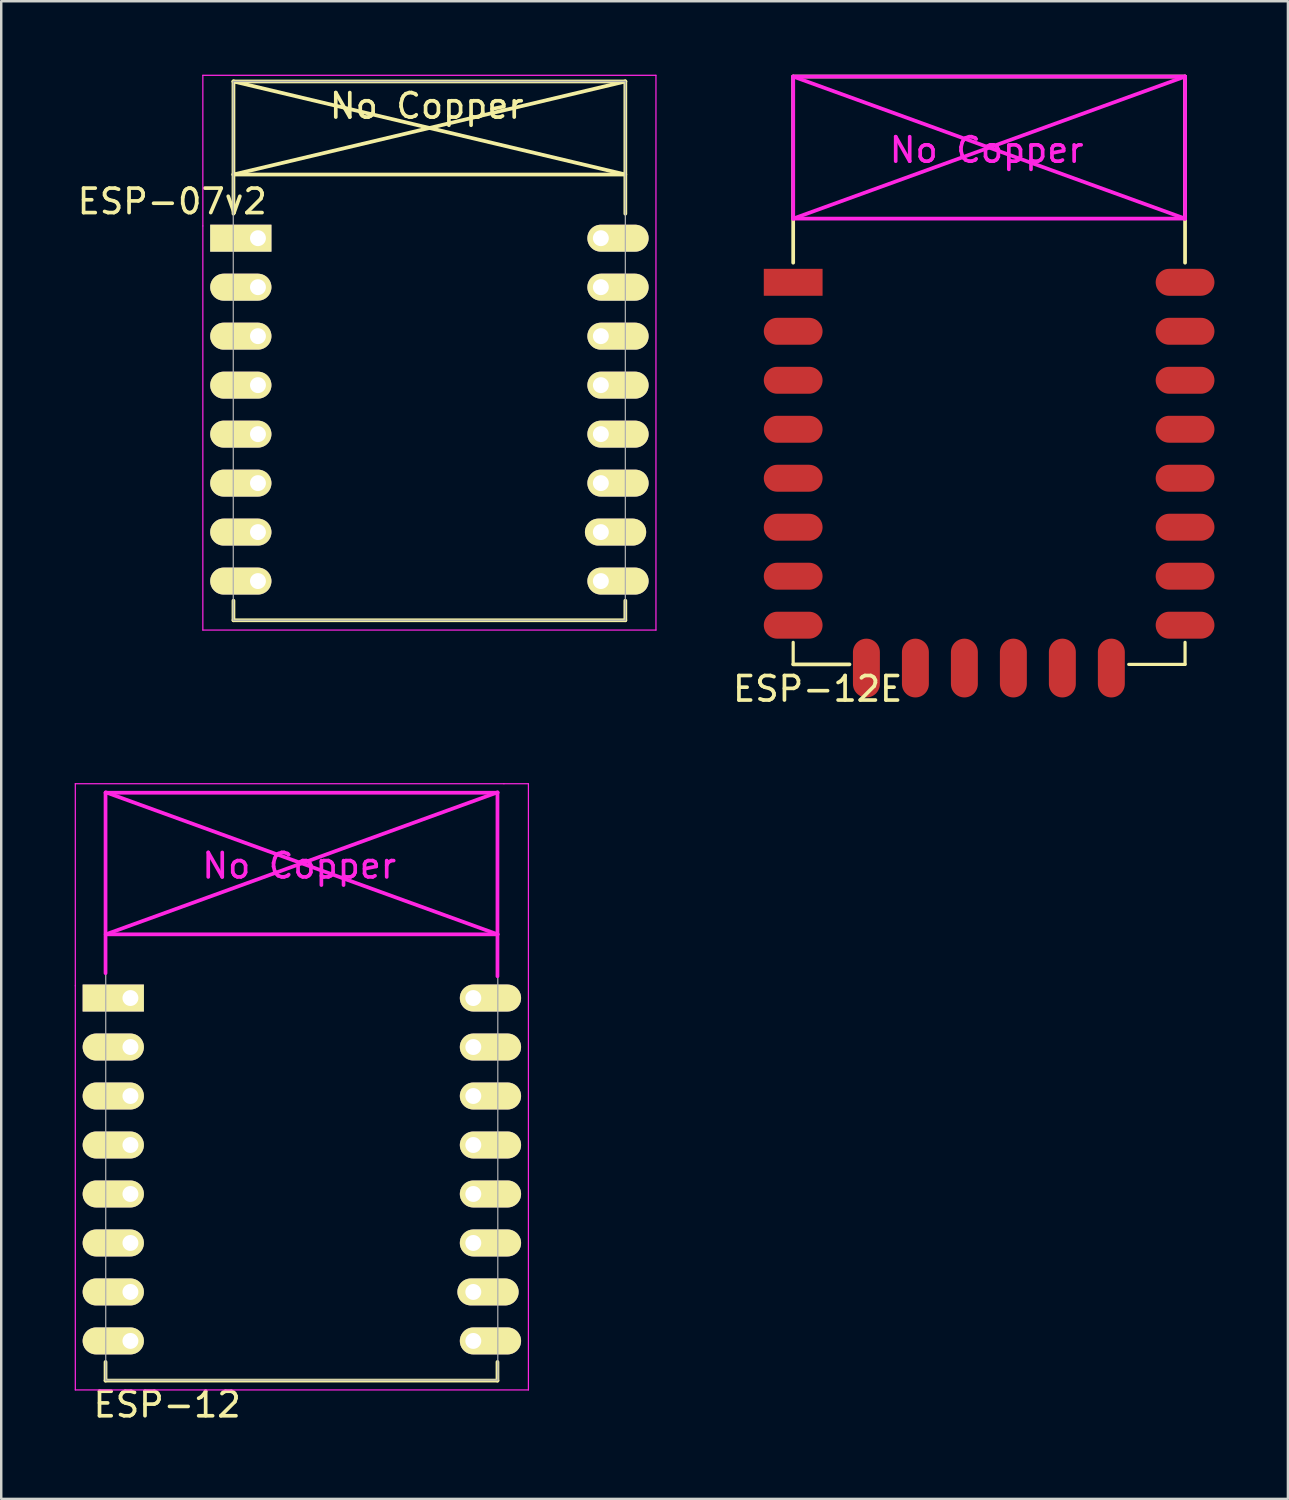
<source format=kicad_pcb>
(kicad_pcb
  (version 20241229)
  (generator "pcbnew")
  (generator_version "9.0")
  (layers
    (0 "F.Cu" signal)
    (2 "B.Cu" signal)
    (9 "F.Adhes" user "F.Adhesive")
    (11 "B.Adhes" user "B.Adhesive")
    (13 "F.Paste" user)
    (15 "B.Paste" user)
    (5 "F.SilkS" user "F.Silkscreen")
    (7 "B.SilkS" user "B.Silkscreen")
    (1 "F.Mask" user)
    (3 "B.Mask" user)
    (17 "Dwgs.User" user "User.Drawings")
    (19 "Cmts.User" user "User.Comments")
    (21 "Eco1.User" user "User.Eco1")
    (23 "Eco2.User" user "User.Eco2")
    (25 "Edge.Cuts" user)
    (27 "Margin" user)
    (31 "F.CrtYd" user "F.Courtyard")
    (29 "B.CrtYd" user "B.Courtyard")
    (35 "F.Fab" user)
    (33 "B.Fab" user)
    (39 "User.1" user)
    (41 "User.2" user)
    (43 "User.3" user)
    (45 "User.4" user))
  (footprint "ESP-12"
    (layer "F.Cu")
    (at 2.275 37.699)
    (property "Reference" "ESP-12" (at 1.5 16.6 0) (layer "F.SilkS") (effects (font (size 1 1) (thickness 0.15))))
    (attr smd)
    (fp_line (start -1.016 14.859) (end -1.016 15.621) (stroke (width 0.152) (type solid)) (layer "F.SilkS"))
    (fp_line (start -1.016 15.621) (end 14.986 15.621) (stroke (width 0.152) (type solid)) (layer "F.SilkS"))
    (fp_line (start 14.986 15.621) (end 14.986 14.859) (stroke (width 0.152) (type solid)) (layer "F.SilkS"))
    (fp_line (start -2.25 -8.75) (end 15.25 -8.75) (stroke (width 0.05) (type solid)) (layer "F.CrtYd"))
    (fp_line (start -2.25 -0.5) (end -2.25 -8.75) (stroke (width 0.05) (type solid)) (layer "F.CrtYd"))
    (fp_line (start -2.25 16) (end -2.25 -0.5) (stroke (width 0.05) (type solid)) (layer "F.CrtYd"))
    (fp_line (start -1.016 -8.382) (end -1.016 -1.016) (stroke (width 0.152) (type solid)) (layer "F.CrtYd"))
    (fp_line (start -1.016 -8.382) (end 14.986 -8.382) (stroke (width 0.152) (type solid)) (layer "F.CrtYd"))
    (fp_line (start -1.008 -8.4) (end 14.992 -2.6) (stroke (width 0.152) (type solid)) (layer "F.CrtYd"))
    (fp_line (start -1.008 -2.6) (end 14.992 -2.6) (stroke (width 0.152) (type solid)) (layer "F.CrtYd"))
    (fp_line (start 14.986 -8.382) (end 14.986 -0.889) (stroke (width 0.152) (type solid)) (layer "F.CrtYd"))
    (fp_line (start 14.992 -8.4) (end -1.008 -2.6) (stroke (width 0.152) (type solid)) (layer "F.CrtYd"))
    (fp_line (start 15.25 -8.75) (end 16.25 -8.75) (stroke (width 0.05) (type solid)) (layer "F.CrtYd"))
    (fp_line (start 16.25 -8.75) (end 16.25 16) (stroke (width 0.05) (type solid)) (layer "F.CrtYd"))
    (fp_line (start 16.25 16) (end -2.25 16) (stroke (width 0.05) (type solid)) (layer "F.CrtYd"))
    (fp_line (start -1.008 -8.4) (end 14.992 -8.4) (stroke (width 0.05) (type solid)) (layer "F.Fab"))
    (fp_line (start -1.008 15.6) (end -1.008 -8.4) (stroke (width 0.05) (type solid)) (layer "F.Fab"))
    (fp_line (start 14.992 15.6) (end -1.008 15.6) (stroke (width 0.05) (type solid)) (layer "F.Fab"))
    (fp_line (start 15 -8.4) (end 15 15.6) (stroke (width 0.05) (type solid)) (layer "F.Fab"))
    (fp_text user "No Copper" (at 6.892 -5.4 0) (layer "F.CrtYd") (effects (font (size 1 1) (thickness 0.15))))
    (pad "1" thru_hole rect (at 0 0) (size 2.5 1.1) (drill 0.65 (offset -0.7 0)) (layers "*.Cu" "*.Mask" "F.SilkS"))
    (pad "2" thru_hole oval (at 0 2) (size 2.5 1.1) (drill 0.65 (offset -0.7 0)) (layers "*.Cu" "*.Mask" "F.SilkS"))
    (pad "3" thru_hole oval (at 0 4) (size 2.5 1.1) (drill 0.65 (offset -0.7 0)) (layers "*.Cu" "*.Mask" "F.SilkS"))
    (pad "4" thru_hole oval (at 0 6) (size 2.5 1.1) (drill 0.65 (offset -0.7 0)) (layers "*.Cu" "*.Mask" "F.SilkS"))
    (pad "5" thru_hole oval (at 0 8) (size 2.5 1.1) (drill 0.65 (offset -0.7 0)) (layers "*.Cu" "*.Mask" "F.SilkS"))
    (pad "6" thru_hole oval (at 0 10) (size 2.5 1.1) (drill 0.65 (offset -0.7 0)) (layers "*.Cu" "*.Mask" "F.SilkS"))
    (pad "7" thru_hole oval (at 0 12) (size 2.5 1.1) (drill 0.65 (offset -0.7 0)) (layers "*.Cu" "*.Mask" "F.SilkS"))
    (pad "8" thru_hole oval (at 0 14) (size 2.5 1.1) (drill 0.65 (offset -0.7 0)) (layers "*.Cu" "*.Mask" "F.SilkS"))
    (pad "9" thru_hole oval (at 14 14) (size 2.5 1.1) (drill 0.65 (offset 0.7 0)) (layers "*.Cu" "*.Mask" "F.SilkS"))
    (pad "10" thru_hole oval (at 14 12) (size 2.5 1.1) (drill 0.65 (offset 0.6 0)) (layers "*.Cu" "*.Mask" "F.SilkS"))
    (pad "11" thru_hole oval (at 14 10) (size 2.5 1.1) (drill 0.65 (offset 0.7 0)) (layers "*.Cu" "*.Mask" "F.SilkS"))
    (pad "12" thru_hole oval (at 14 8) (size 2.5 1.1) (drill 0.65 (offset 0.7 0)) (layers "*.Cu" "*.Mask" "F.SilkS"))
    (pad "13" thru_hole oval (at 14 6) (size 2.5 1.1) (drill 0.65 (offset 0.7 0)) (layers "*.Cu" "*.Mask" "F.SilkS"))
    (pad "14" thru_hole oval (at 14 4) (size 2.5 1.1) (drill 0.65 (offset 0.7 0)) (layers "*.Cu" "*.Mask" "F.SilkS"))
    (pad "15" thru_hole oval (at 14 2) (size 2.5 1.1) (drill 0.65 (offset 0.7 0)) (layers "*.Cu" "*.Mask" "F.SilkS"))
    (pad "16" thru_hole oval (at 14 0) (size 2.5 1.1) (drill 0.65 (offset 0.7 0)) (layers "*.Cu" "*.Mask" "F.SilkS")))
  (footprint "ESP-07v2"
    (layer "F.Cu")
    (at 7.482 6.675)
    (property "Reference" "ESP-07v2" (at -3.5 -1.5 0) (layer "F.SilkS") (effects (font (size 1 1) (thickness 0.15))))
    (attr smd)
    (fp_line (start -1.008 -2.6) (end 14.992 -2.6) (stroke (width 0.152) (type solid)) (layer "F.SilkS"))
    (fp_line (start -1 -6.4) (end -1 -1) (stroke (width 0.152) (type solid)) (layer "F.SilkS"))
    (fp_line (start -1 -6.4) (end 15 -6.4) (stroke (width 0.152) (type solid)) (layer "F.SilkS"))
    (fp_line (start -1 -6.4) (end 15 -2.6) (stroke (width 0.152) (type solid)) (layer "F.SilkS"))
    (fp_line (start -1 14.8) (end -1 15.6) (stroke (width 0.152) (type solid)) (layer "F.SilkS"))
    (fp_line (start -1 15.6) (end 15 15.6) (stroke (width 0.152) (type solid)) (layer "F.SilkS"))
    (fp_line (start 15 -6.4) (end -1 -2.6) (stroke (width 0.152) (type solid)) (layer "F.SilkS"))
    (fp_line (start 15 -6.4) (end 15 -1) (stroke (width 0.152) (type solid)) (layer "F.SilkS"))
    (fp_line (start 15 15.6) (end 15 14.8) (stroke (width 0.152) (type solid)) (layer "F.SilkS"))
    (fp_line (start -2.25 -6.65) (end 16.25 -6.65) (stroke (width 0.05) (type solid)) (layer "F.CrtYd"))
    (fp_line (start -2.25 -0.5) (end -2.25 -6.65) (stroke (width 0.05) (type solid)) (layer "F.CrtYd"))
    (fp_line (start -2.25 16) (end -2.25 -0.5) (stroke (width 0.05) (type solid)) (layer "F.CrtYd"))
    (fp_line (start 16.25 -6.65) (end 16.25 16) (stroke (width 0.05) (type solid)) (layer "F.CrtYd"))
    (fp_line (start 16.25 16) (end -2.25 16) (stroke (width 0.05) (type solid)) (layer "F.CrtYd"))
    (fp_line (start -1.008 15.6) (end -1.008 -6.4) (stroke (width 0.05) (type solid)) (layer "F.Fab"))
    (fp_line (start -1 -6.4) (end 15 -6.4) (stroke (width 0.05) (type solid)) (layer "F.Fab"))
    (fp_line (start 15 -6.4) (end 15 15.6) (stroke (width 0.05) (type solid)) (layer "F.Fab"))
    (fp_line (start 15 15.6) (end -1 15.6) (stroke (width 0.05) (type solid)) (layer "F.Fab"))
    (fp_text user "No Copper" (at 6.892 -5.4 0) (layer "F.SilkS") (effects (font (size 1 1) (thickness 0.15))))
    (pad "1" thru_hole rect (at 0 0) (size 2.5 1.1) (drill 0.65 (offset -0.7 0)) (layers "*.Cu" "*.Mask" "F.SilkS"))
    (pad "2" thru_hole oval (at 0 2) (size 2.5 1.1) (drill 0.65 (offset -0.7 0)) (layers "*.Cu" "*.Mask" "F.SilkS"))
    (pad "3" thru_hole oval (at 0 4) (size 2.5 1.1) (drill 0.65 (offset -0.7 0)) (layers "*.Cu" "*.Mask" "F.SilkS"))
    (pad "4" thru_hole oval (at 0 6) (size 2.5 1.1) (drill 0.65 (offset -0.7 0)) (layers "*.Cu" "*.Mask" "F.SilkS"))
    (pad "5" thru_hole oval (at 0 8) (size 2.5 1.1) (drill 0.65 (offset -0.7 0)) (layers "*.Cu" "*.Mask" "F.SilkS"))
    (pad "6" thru_hole oval (at 0 10) (size 2.5 1.1) (drill 0.65 (offset -0.7 0)) (layers "*.Cu" "*.Mask" "F.SilkS"))
    (pad "7" thru_hole oval (at 0 12) (size 2.5 1.1) (drill 0.65 (offset -0.7 0)) (layers "*.Cu" "*.Mask" "F.SilkS"))
    (pad "8" thru_hole oval (at 0 14) (size 2.5 1.1) (drill 0.65 (offset -0.7 0)) (layers "*.Cu" "*.Mask" "F.SilkS"))
    (pad "9" thru_hole oval (at 14 14) (size 2.5 1.1) (drill 0.65 (offset 0.7 0)) (layers "*.Cu" "*.Mask" "F.SilkS"))
    (pad "10" thru_hole oval (at 14 12) (size 2.5 1.1) (drill 0.65 (offset 0.6 0)) (layers "*.Cu" "*.Mask" "F.SilkS"))
    (pad "11" thru_hole oval (at 14 10) (size 2.5 1.1) (drill 0.65 (offset 0.7 0)) (layers "*.Cu" "*.Mask" "F.SilkS"))
    (pad "12" thru_hole oval (at 14 8) (size 2.5 1.1) (drill 0.65 (offset 0.7 0)) (layers "*.Cu" "*.Mask" "F.SilkS"))
    (pad "13" thru_hole oval (at 14 6) (size 2.5 1.1) (drill 0.65 (offset 0.7 0)) (layers "*.Cu" "*.Mask" "F.SilkS"))
    (pad "14" thru_hole oval (at 14 4) (size 2.5 1.1) (drill 0.65 (offset 0.7 0)) (layers "*.Cu" "*.Mask" "F.SilkS"))
    (pad "15" thru_hole oval (at 14 2) (size 2.5 1.1) (drill 0.65 (offset 0.7 0)) (layers "*.Cu" "*.Mask" "F.SilkS"))
    (pad "16" thru_hole oval (at 14 0) (size 2.5 1.1) (drill 0.65 (offset 0.7 0)) (layers "*.Cu" "*.Mask" "F.SilkS")))
  (footprint "ESP-12E"
    (layer "F.Cu")
    (at 37.335 8.476)
    (property "Reference" "ESP-12E" (at -7 16.6 0) (layer "F.SilkS") (effects (font (size 1 1) (thickness 0.15))))
    (attr through_hole)
    (fp_line (start -8 -8.4) (end 8 -8.4) (stroke (width 0.152) (type solid)) (layer "F.SilkS"))
    (fp_line (start -8 -0.8) (end -8 -8.4) (stroke (width 0.152) (type solid)) (layer "F.SilkS"))
    (fp_line (start -8 15.6) (end -8 14.7) (stroke (width 0.13) (type solid)) (layer "F.SilkS"))
    (fp_line (start -5.7 15.6) (end -8 15.6) (stroke (width 0.152) (type solid)) (layer "F.SilkS"))
    (fp_line (start 8 -8.4) (end 8 -0.8) (stroke (width 0.152) (type solid)) (layer "F.SilkS"))
    (fp_line (start 8 15.6) (end 5.7 15.6) (stroke (width 0.13) (type solid)) (layer "F.SilkS"))
    (fp_line (start 8 15.6) (end 8 14.7) (stroke (width 0.13) (type solid)) (layer "F.SilkS"))
    (fp_line (start -8 -8.4) (end -8 -2.6) (stroke (width 0.152) (type solid)) (layer "F.CrtYd"))
    (fp_line (start -8 -8.4) (end 8 -2.6) (stroke (width 0.152) (type solid)) (layer "F.CrtYd"))
    (fp_line (start -8 -2.6) (end 8 -2.6) (stroke (width 0.152) (type solid)) (layer "F.CrtYd"))
    (fp_line (start 8 -8.4) (end -8 -8.4) (stroke (width 0.152) (type solid)) (layer "F.CrtYd"))
    (fp_line (start 8 -8.4) (end -8 -2.6) (stroke (width 0.152) (type solid)) (layer "F.CrtYd"))
    (fp_line (start 8 -2.6) (end 8 -8.4) (stroke (width 0.152) (type solid)) (layer "F.CrtYd"))
    (fp_text user "No Copper" (at -0.1 -5.4 0) (layer "F.CrtYd") (effects (font (size 1 1) (thickness 0.15))))
    (pad "1" smd rect (at -8 0) (size 2.4 1.1) (layers "F.Cu" "F.Mask" "F.Paste"))
    (pad "2" smd oval (at -8 2) (size 2.4 1.1) (layers "F.Cu" "F.Mask" "F.Paste"))
    (pad "3" smd oval (at -8 4) (size 2.4 1.1) (layers "F.Cu" "F.Mask" "F.Paste"))
    (pad "4" smd oval (at -8 6) (size 2.4 1.1) (layers "F.Cu" "F.Mask" "F.Paste"))
    (pad "5" smd oval (at -8 8) (size 2.4 1.1) (layers "F.Cu" "F.Mask" "F.Paste"))
    (pad "6" smd oval (at -8 10) (size 2.4 1.1) (layers "F.Cu" "F.Mask" "F.Paste"))
    (pad "7" smd oval (at -8 12) (size 2.4 1.1) (layers "F.Cu" "F.Mask" "F.Paste"))
    (pad "8" smd oval (at -8 14) (size 2.4 1.1) (layers "F.Cu" "F.Mask" "F.Paste"))
    (pad "9" smd oval (at -5.01 15.75 90) (size 2.4 1.1) (layers "F.Cu" "F.Mask" "F.Paste"))
    (pad "10" smd oval (at -3.01 15.75 90) (size 2.4 1.1) (layers "F.Cu" "F.Mask" "F.Paste"))
    (pad "11" smd oval (at -1.01 15.75 90) (size 2.4 1.1) (layers "F.Cu" "F.Mask" "F.Paste"))
    (pad "12" smd oval (at 0.99 15.75 90) (size 2.4 1.1) (layers "F.Cu" "F.Mask" "F.Paste"))
    (pad "13" smd oval (at 2.99 15.75 90) (size 2.4 1.1) (layers "F.Cu" "F.Mask" "F.Paste"))
    (pad "14" smd oval (at 4.99 15.75 90) (size 2.4 1.1) (layers "F.Cu" "F.Mask" "F.Paste"))
    (pad "15" smd oval (at 8 14) (size 2.4 1.1) (layers "F.Cu" "F.Mask" "F.Paste"))
    (pad "16" smd oval (at 8 12) (size 2.4 1.1) (layers "F.Cu" "F.Mask" "F.Paste"))
    (pad "17" smd oval (at 8 10) (size 2.4 1.1) (layers "F.Cu" "F.Mask" "F.Paste"))
    (pad "18" smd oval (at 8 8) (size 2.4 1.1) (layers "F.Cu" "F.Mask" "F.Paste"))
    (pad "19" smd oval (at 8 6) (size 2.4 1.1) (layers "F.Cu" "F.Mask" "F.Paste"))
    (pad "20" smd oval (at 8 4) (size 2.4 1.1) (layers "F.Cu" "F.Mask" "F.Paste"))
    (pad "21" smd oval (at 8 2) (size 2.4 1.1) (layers "F.Cu" "F.Mask" "F.Paste"))
    (pad "22" smd oval (at 8 0) (size 2.4 1.1) (layers "F.Cu" "F.Mask" "F.Paste")))
  (gr_rect
    (start -3 -3)
    (end 49.535 58.148)
    (stroke (width 0.1) (type default))
    (fill no)
    (layer "Edge.Cuts")))
</source>
